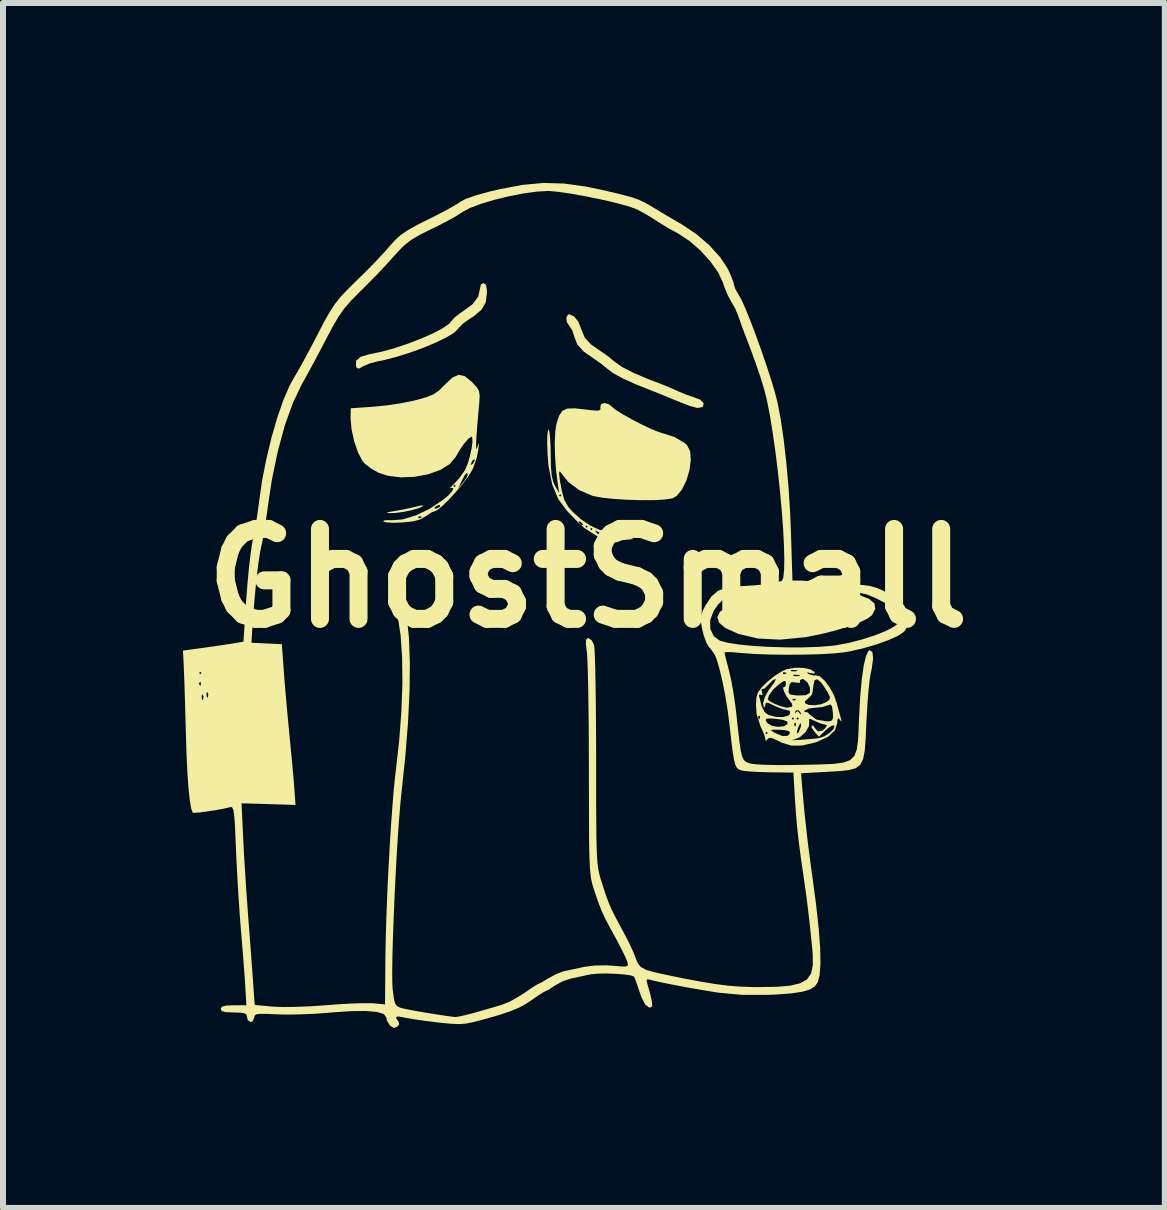
<source format=kicad_pcb>
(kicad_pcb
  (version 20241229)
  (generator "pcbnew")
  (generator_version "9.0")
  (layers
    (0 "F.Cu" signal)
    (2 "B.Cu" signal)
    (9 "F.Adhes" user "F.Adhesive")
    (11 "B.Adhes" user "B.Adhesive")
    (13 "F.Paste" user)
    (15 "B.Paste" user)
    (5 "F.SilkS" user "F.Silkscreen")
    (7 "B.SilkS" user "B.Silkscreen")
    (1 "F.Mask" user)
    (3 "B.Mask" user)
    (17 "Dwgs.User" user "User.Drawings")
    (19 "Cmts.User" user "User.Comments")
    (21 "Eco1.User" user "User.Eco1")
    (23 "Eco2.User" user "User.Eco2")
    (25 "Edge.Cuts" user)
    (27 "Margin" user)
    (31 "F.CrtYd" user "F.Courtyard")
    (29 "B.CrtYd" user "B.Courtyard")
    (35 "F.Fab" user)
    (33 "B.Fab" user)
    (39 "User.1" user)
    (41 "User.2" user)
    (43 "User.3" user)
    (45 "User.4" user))
  (footprint "GhostSmall"
    (layer "F.Cu")
    (at 6.749 6.59)
    (property "Reference" "GhostSmall" (at 0 0 0) (layer "F.SilkS") (effects (font (size 1.5 1.5) (thickness 0.3))))
    (attr board_only exclude_from_pos_files exclude_from_bom)
    (fp_poly (pts (xy -2.739 -1.211) (xy -2.743 -1.204) (xy -2.815 -1.169) (xy -2.937 -1.134) (xy -3.081 -1.104) (xy -3.218 -1.087) (xy -3.288 -1.085) (xy -3.349 -1.09) (xy -3.339 -1.099) (xy -3.255 -1.114) (xy -3.22 -1.12) (xy -3.063 -1.148) (xy -2.909 -1.182) (xy -2.863 -1.193) (xy -2.776 -1.213)) (stroke (width 0) (type solid)) (fill yes) (layer "F.SilkS"))
    (fp_poly (pts (xy -1.7 -4.896) (xy -1.682 -4.813) (xy -1.681 -4.75) (xy -1.701 -4.599) (xy -1.77 -4.478) (xy -1.899 -4.368) (xy -1.971 -4.323) (xy -2.074 -4.25) (xy -2.148 -4.177) (xy -2.161 -4.159) (xy -2.227 -4.093) (xy -2.356 -4.015) (xy -2.533 -3.929) (xy -2.743 -3.841) (xy -2.97 -3.759) (xy -3.199 -3.687) (xy -3.416 -3.632) (xy -3.5 -3.616) (xy -3.628 -3.583) (xy -3.736 -3.538) (xy -3.75 -3.53) (xy -3.817 -3.493) (xy -3.851 -3.508) (xy -3.864 -3.536) (xy -3.863 -3.624) (xy -3.787 -3.691) (xy -3.642 -3.734) (xy -3.629 -3.736) (xy -3.433 -3.777) (xy -3.214 -3.838) (xy -2.987 -3.914) (xy -2.768 -3.999) (xy -2.572 -4.086) (xy -2.414 -4.17) (xy -2.31 -4.243) (xy -2.281 -4.279) (xy -2.222 -4.345) (xy -2.125 -4.421) (xy -2.091 -4.443) (xy -1.921 -4.567) (xy -1.826 -4.694) (xy -1.801 -4.81) (xy -1.781 -4.898) (xy -1.74 -4.92)) (stroke (width 0) (type solid)) (fill yes) (layer "F.SilkS"))
    (fp_poly (pts (xy -0.226 -4.364) (xy -0.153 -4.27) (xy -0.104 -4.141) (xy -0.102 -4.135) (xy -0.05 -4.011) (xy 0.057 -3.895) (xy 0.22 -3.782) (xy 0.337 -3.701) (xy 0.448 -3.61) (xy 0.571 -3.522) (xy 0.766 -3.422) (xy 1.024 -3.313) (xy 1.18 -3.254) (xy 1.327 -3.196) (xy 1.479 -3.13) (xy 1.5 -3.12) (xy 1.627 -3.066) (xy 1.745 -3.025) (xy 1.768 -3.018) (xy 1.877 -2.975) (xy 1.932 -2.919) (xy 1.923 -2.863) (xy 1.91 -2.852) (xy 1.828 -2.838) (xy 1.7 -2.873) (xy 1.557 -2.928) (xy 1.417 -2.985) (xy 1.4 -2.992) (xy 1.272 -3.045) (xy 1.123 -3.105) (xy 1.08 -3.121) (xy 0.792 -3.237) (xy 0.575 -3.335) (xy 0.421 -3.42) (xy 0.328 -3.49) (xy 0.215 -3.582) (xy 0.1 -3.662) (xy -0.07 -3.781) (xy -0.174 -3.897) (xy -0.223 -4.023) (xy -0.224 -4.025) (xy -0.257 -4.13) (xy -0.303 -4.202) (xy -0.304 -4.203) (xy -0.349 -4.27) (xy -0.357 -4.345) (xy -0.329 -4.394) (xy -0.306 -4.4)) (stroke (width 0) (type solid)) (fill yes) (layer "F.SilkS"))
    (fp_poly (pts (xy 0.352 -2.9) (xy 0.399 -2.862) (xy 0.465 -2.808) (xy 0.584 -2.733) (xy 0.736 -2.648) (xy 0.9 -2.563) (xy 1.056 -2.489) (xy 1.184 -2.437) (xy 1.24 -2.42) (xy 1.444 -2.355) (xy 1.611 -2.258) (xy 1.656 -2.218) (xy 1.707 -2.116) (xy 1.718 -1.97) (xy 1.696 -1.801) (xy 1.645 -1.63) (xy 1.572 -1.48) (xy 1.483 -1.372) (xy 1.411 -1.331) (xy 1.288 -1.312) (xy 1.107 -1.302) (xy 0.89 -1.301) (xy 0.659 -1.308) (xy 0.434 -1.322) (xy 0.239 -1.343) (xy 0.094 -1.37) (xy 0.076 -1.375) (xy -0.141 -1.468) (xy -0.32 -1.6) (xy -0.433 -1.74) (xy -0.466 -1.784) (xy -0.478 -1.756) (xy -0.468 -1.653) (xy -0.436 -1.476) (xy -0.434 -1.464) (xy -0.39 -1.303) (xy -0.321 -1.183) (xy -0.238 -1.093) (xy -0.099 -0.972) (xy 0.04 -0.879) (xy 0.196 -0.806) (xy 0.39 -0.744) (xy 0.638 -0.686) (xy 0.74 -0.665) (xy 0.758 -0.654) (xy 0.706 -0.646) (xy 0.673 -0.645) (xy 0.574 -0.634) (xy 0.517 -0.613) (xy 0.513 -0.608) (xy 0.471 -0.598) (xy 0.383 -0.613) (xy 0.36 -0.62) (xy 0.139 -0.712) (xy 0.009 -0.795) (xy 0.126 -0.795) (xy 0.133 -0.774) (xy 0.153 -0.749) (xy 0.262 -0.679) (xy 0.438 -0.65) (xy 0.46 -0.65) (xy 0.479 -0.657) (xy 0.431 -0.678) (xy 0.4 -0.687) (xy 0.281 -0.727) (xy 0.184 -0.768) (xy 0.18 -0.77) (xy 0.126 -0.795) (xy 0.009 -0.795) (xy -0.03 -0.82) (xy 0.04 -0.82) (xy 0.06 -0.8) (xy 0.08 -0.82) (xy 0.06 -0.84) (xy 0.04 -0.82) (xy -0.03 -0.82) (xy -0.058 -0.838) (xy -0.083 -0.86) (xy -0.04 -0.86) (xy -0.02 -0.84) (xy 0 -0.86) (xy -0.02 -0.88) (xy -0.04 -0.86) (xy -0.083 -0.86) (xy -0.15 -0.92) (xy -0.178 -0.949) (xy -0.154 -0.949) (xy -0.144 -0.926) (xy -0.104 -0.883) (xy -0.08 -0.892) (xy -0.08 -0.898) (xy -0.108 -0.931) (xy -0.126 -0.944) (xy -0.154 -0.949) (xy -0.178 -0.949) (xy -0.25 -1.024) (xy -0.345 -1.122) (xy -0.492 -1.32) (xy -0.517 -1.38) (xy -0.48 -1.38) (xy -0.46 -1.36) (xy -0.44 -1.38) (xy -0.46 -1.4) (xy -0.48 -1.38) (xy -0.517 -1.38) (xy -0.594 -1.567) (xy -0.654 -1.872) (xy -0.67 -2.07) (xy -0.676 -2.24) (xy -0.674 -2.376) (xy -0.665 -2.46) (xy -0.655 -2.48) (xy -0.64 -2.442) (xy -0.628 -2.342) (xy -0.62 -2.195) (xy -0.618 -2.07) (xy -0.614 -1.859) (xy -0.601 -1.711) (xy -0.576 -1.607) (xy -0.546 -1.54) (xy -0.476 -1.42) (xy -0.496 -1.546) (xy -0.527 -1.784) (xy -0.545 -2.028) (xy -0.55 -2.257) (xy -0.541 -2.45) (xy -0.521 -2.578) (xy -0.477 -2.71) (xy -0.424 -2.791) (xy -0.343 -2.828) (xy -0.218 -2.832) (xy -0.064 -2.816) (xy 0.085 -2.798) (xy 0.171 -2.794) (xy 0.208 -2.806) (xy 0.212 -2.835) (xy 0.209 -2.849) (xy 0.222 -2.903) (xy 0.279 -2.921)) (stroke (width 0) (type solid)) (fill yes) (layer "F.SilkS"))
    (fp_poly (pts (xy -2.051 -3.369) (xy -1.937 -3.277) (xy -1.922 -3.262) (xy -1.852 -3.186) (xy -1.814 -3.123) (xy -1.802 -3.045) (xy -1.808 -2.928) (xy -1.815 -2.852) (xy -1.839 -2.582) (xy -1.855 -2.373) (xy -1.862 -2.23) (xy -1.86 -2.158) (xy -1.849 -2.159) (xy -1.842 -2.18) (xy -1.822 -2.246) (xy -1.816 -2.244) (xy -1.821 -2.168) (xy -1.824 -2.14) (xy -1.852 -2.004) (xy -1.905 -1.852) (xy -1.929 -1.798) (xy -1.992 -1.697) (xy -2.086 -1.572) (xy -2.199 -1.438) (xy -2.315 -1.311) (xy -2.422 -1.206) (xy -2.505 -1.138) (xy -2.545 -1.12) (xy -2.604 -1.097) (xy -2.689 -1.041) (xy -2.699 -1.034) (xy -2.792 -0.98) (xy -2.921 -0.947) (xy -3.099 -0.929) (xy -3.243 -0.924) (xy -3.354 -0.93) (xy -3.409 -0.944) (xy -3.411 -0.946) (xy -3.391 -0.965) (xy -3.313 -0.969) (xy -3.274 -0.966) (xy -3.086 -0.98) (xy -2.932 -1.027) (xy -2.827 -1.027) (xy -2.821 -1.003) (xy -2.8 -1) (xy -2.767 -1.015) (xy -2.773 -1.027) (xy -2.821 -1.031) (xy -2.827 -1.027) (xy -2.932 -1.027) (xy -2.866 -1.047) (xy -2.635 -1.158) (xy -2.599 -1.183) (xy -2.554 -1.183) (xy -2.545 -1.162) (xy -2.522 -1.16) (xy -2.468 -1.189) (xy -2.46 -1.2) (xy -2.467 -1.222) (xy -2.498 -1.215) (xy -2.554 -1.183) (xy -2.599 -1.183) (xy -2.414 -1.306) (xy -2.33 -1.375) (xy -2.266 -1.444) (xy -2.241 -1.494) (xy -2.248 -1.5) (xy -2.159 -1.5) (xy -2.08 -1.594) (xy -2.023 -1.672) (xy -2 -1.724) (xy -2.013 -1.759) (xy -2.049 -1.72) (xy -2.097 -1.63) (xy -2.159 -1.5) (xy -2.248 -1.5) (xy -2.261 -1.51) (xy -2.29 -1.499) (xy -2.297 -1.505) (xy -2.263 -1.54) (xy -2.24 -1.54) (xy -2.22 -1.52) (xy -2.2 -1.54) (xy -2.22 -1.56) (xy -2.24 -1.54) (xy -2.263 -1.54) (xy -2.253 -1.55) (xy -2.234 -1.567) (xy -2.143 -1.666) (xy -2.057 -1.788) (xy -2.045 -1.808) (xy -2.013 -1.885) (xy -1.95 -1.885) (xy -1.92 -1.904) (xy -1.915 -1.909) (xy -1.883 -1.962) (xy -1.888 -1.981) (xy -1.917 -1.969) (xy -1.937 -1.932) (xy -1.95 -1.885) (xy -2.013 -1.885) (xy -2.002 -1.908) (xy -1.965 -2.034) (xy -1.936 -2.164) (xy -1.922 -2.275) (xy -1.926 -2.346) (xy -1.939 -2.36) (xy -1.987 -2.329) (xy -2.057 -2.249) (xy -2.132 -2.142) (xy -2.197 -2.029) (xy -2.2 -2.024) (xy -2.3 -1.903) (xy -2.459 -1.805) (xy -2.661 -1.733) (xy -2.886 -1.691) (xy -3.118 -1.681) (xy -3.337 -1.709) (xy -3.488 -1.758) (xy -3.615 -1.83) (xy -3.722 -1.915) (xy -3.754 -1.952) (xy -3.829 -2.094) (xy -3.894 -2.282) (xy -3.938 -2.483) (xy -3.954 -2.662) (xy -3.954 -2.667) (xy -3.951 -2.833) (xy -3.565 -2.86) (xy -3.347 -2.882) (xy -3.113 -2.917) (xy -2.904 -2.959) (xy -2.86 -2.97) (xy -2.69 -3.018) (xy -2.572 -3.066) (xy -2.481 -3.128) (xy -2.391 -3.218) (xy -2.383 -3.226) (xy -2.258 -3.344) (xy -2.153 -3.391)) (stroke (width 0) (type solid)) (fill yes) (layer "F.SilkS"))
    (fp_poly (pts (xy 3.594 1.495) (xy 3.712 1.52) (xy 3.782 1.564) (xy 3.784 1.566) (xy 3.777 1.591) (xy 3.715 1.582) (xy 3.656 1.569) (xy 3.666 1.586) (xy 3.68 1.596) (xy 3.764 1.623) (xy 3.803 1.619) (xy 3.87 1.636) (xy 3.952 1.71) (xy 4.036 1.824) (xy 4.108 1.959) (xy 4.152 2.085) (xy 4.185 2.213) (xy 4.215 2.317) (xy 4.223 2.345) (xy 4.235 2.393) (xy 4.213 2.372) (xy 4.204 2.36) (xy 4.173 2.331) (xy 4.162 2.368) (xy 4.161 2.408) (xy 4.121 2.536) (xy 4.007 2.644) (xy 3.822 2.729) (xy 3.784 2.741) (xy 3.571 2.79) (xy 3.398 2.791) (xy 3.24 2.745) (xy 3.184 2.717) (xy 3.147 2.699) (xy 3.396 2.699) (xy 3.432 2.701) (xy 3.52 2.696) (xy 3.668 2.685) (xy 3.801 2.673) (xy 3.854 2.666) (xy 3.945 2.636) (xy 4.032 2.58) (xy 4.096 2.517) (xy 4.114 2.465) (xy 4.107 2.454) (xy 4.064 2.461) (xy 3.99 2.512) (xy 3.967 2.534) (xy 3.854 2.642) (xy 3.781 2.561) (xy 3.735 2.493) (xy 3.733 2.454) (xy 3.765 2.462) (xy 3.783 2.494) (xy 3.836 2.553) (xy 3.911 2.543) (xy 3.96 2.5) (xy 3.989 2.452) (xy 3.957 2.44) (xy 3.955 2.44) (xy 3.882 2.422) (xy 3.786 2.38) (xy 3.71 2.345) (xy 3.687 2.352) (xy 3.693 2.375) (xy 3.689 2.465) (xy 3.632 2.564) (xy 3.542 2.647) (xy 3.437 2.692) (xy 3.432 2.692) (xy 3.396 2.699) (xy 3.147 2.699) (xy 3.081 2.668) (xy 3.023 2.662) (xy 2.995 2.687) (xy 2.967 2.717) (xy 2.961 2.679) (xy 2.942 2.607) (xy 2.93 2.58) (xy 2.96 2.58) (xy 2.98 2.6) (xy 3 2.58) (xy 2.98 2.56) (xy 2.96 2.58) (xy 2.93 2.58) (xy 2.909 2.531) (xy 3.056 2.531) (xy 3.077 2.553) (xy 3.12 2.579) (xy 3.244 2.631) (xy 3.333 2.628) (xy 3.37 2.589) (xy 3.486 2.589) (xy 3.509 2.576) (xy 3.52 2.56) (xy 3.553 2.475) (xy 3.557 2.44) (xy 3.545 2.416) (xy 3.52 2.46) (xy 3.49 2.545) (xy 3.486 2.589) (xy 3.37 2.589) (xy 3.372 2.587) (xy 3.361 2.552) (xy 3.287 2.533) (xy 3.206 2.527) (xy 3.096 2.524) (xy 3.056 2.531) (xy 2.909 2.531) (xy 2.897 2.503) (xy 2.881 2.471) (xy 2.85 2.375) (xy 2.968 2.375) (xy 2.999 2.419) (xy 3.071 2.462) (xy 3.172 2.478) (xy 3.27 2.469) (xy 3.316 2.44) (xy 3.44 2.44) (xy 3.455 2.473) (xy 3.467 2.467) (xy 3.471 2.419) (xy 3.467 2.413) (xy 3.443 2.419) (xy 3.44 2.44) (xy 3.316 2.44) (xy 3.329 2.431) (xy 3.333 2.425) (xy 3.323 2.387) (xy 3.251 2.361) (xy 3.167 2.348) (xy 3.069 2.34) (xy 3.4 2.34) (xy 3.42 2.36) (xy 3.44 2.34) (xy 3.48 2.34) (xy 3.5 2.36) (xy 3.52 2.34) (xy 3.5 2.32) (xy 3.48 2.34) (xy 3.44 2.34) (xy 3.42 2.32) (xy 3.4 2.34) (xy 3.069 2.34) (xy 3.036 2.337) (xy 2.973 2.344) (xy 2.968 2.375) (xy 2.85 2.375) (xy 2.832 2.32) (xy 2.84 2.32) (xy 2.855 2.353) (xy 2.867 2.347) (xy 2.871 2.299) (xy 2.867 2.293) (xy 2.843 2.299) (xy 2.84 2.32) (xy 2.832 2.32) (xy 2.815 2.264) (xy 2.805 2.111) (xy 2.812 1.989) (xy 2.826 1.944) (xy 2.855 1.944) (xy 2.857 1.968) (xy 2.877 2.044) (xy 2.898 2.132) (xy 2.947 2.229) (xy 3.011 2.279) (xy 3.136 2.312) (xy 3.257 2.315) (xy 3.346 2.29) (xy 3.374 2.26) (xy 3.372 2.238) (xy 3.454 2.238) (xy 3.457 2.257) (xy 3.468 2.236) (xy 3.5 2.216) (xy 3.528 2.245) (xy 3.556 2.278) (xy 3.552 2.247) (xy 3.545 2.238) (xy 3.607 2.238) (xy 3.62 2.23) (xy 3.664 2.235) (xy 3.707 2.278) (xy 3.81 2.356) (xy 3.975 2.386) (xy 4.02 2.386) (xy 4.072 2.373) (xy 4.09 2.323) (xy 4.086 2.233) (xy 4.072 2.137) (xy 4.047 2.105) (xy 3.999 2.121) (xy 3.908 2.148) (xy 3.79 2.16) (xy 3.785 2.16) (xy 3.683 2.173) (xy 3.619 2.205) (xy 3.616 2.21) (xy 3.607 2.238) (xy 3.545 2.238) (xy 3.515 2.199) (xy 3.47 2.206) (xy 3.454 2.238) (xy 3.372 2.238) (xy 3.368 2.21) (xy 3.327 2.2) (xy 3.248 2.182) (xy 3.138 2.139) (xy 3.108 2.124) (xy 3.014 2.08) (xy 2.971 2.075) (xy 2.96 2.107) (xy 2.96 2.111) (xy 2.948 2.152) (xy 2.935 2.149) (xy 2.923 2.085) (xy 2.942 2.019) (xy 3 2.019) (xy 3.033 2.051) (xy 3.114 2.093) (xy 3.213 2.132) (xy 3.3 2.156) (xy 3.323 2.158) (xy 3.394 2.146) (xy 3.411 2.136) (xy 3.405 2.093) (xy 3.397 2.082) (xy 3.621 2.082) (xy 3.68 2.112) (xy 3.782 2.118) (xy 3.894 2.101) (xy 3.982 2.063) (xy 3.982 2.063) (xy 4.031 2.022) (xy 4.038 1.981) (xy 4.004 1.91) (xy 3.983 1.873) (xy 3.896 1.743) (xy 3.827 1.685) (xy 3.781 1.7) (xy 3.761 1.788) (xy 3.76 1.819) (xy 3.74 1.937) (xy 3.679 2.001) (xy 3.625 2.048) (xy 3.621 2.082) (xy 3.397 2.082) (xy 3.361 2.032) (xy 3.347 2.013) (xy 3.413 2.013) (xy 3.419 2.037) (xy 3.44 2.04) (xy 3.473 2.025) (xy 3.467 2.013) (xy 3.419 2.009) (xy 3.413 2.013) (xy 3.347 2.013) (xy 3.312 1.966) (xy 3.28 1.902) (xy 3.348 1.902) (xy 3.373 1.938) (xy 3.45 1.951) (xy 3.509 1.955) (xy 3.635 1.95) (xy 3.697 1.917) (xy 3.704 1.905) (xy 3.704 1.821) (xy 3.662 1.735) (xy 3.597 1.684) (xy 3.576 1.68) (xy 3.536 1.7) (xy 3.541 1.722) (xy 3.532 1.747) (xy 3.468 1.739) (xy 3.397 1.732) (xy 3.364 1.775) (xy 3.353 1.83) (xy 3.348 1.902) (xy 3.28 1.902) (xy 3.274 1.891) (xy 3.256 1.832) (xy 3.267 1.813) (xy 3.275 1.817) (xy 3.298 1.799) (xy 3.303 1.76) (xy 3.298 1.714) (xy 3.27 1.714) (xy 3.199 1.761) (xy 3.191 1.766) (xy 3.091 1.856) (xy 3.021 1.953) (xy 3 2.019) (xy 2.942 2.019) (xy 2.952 1.983) (xy 3.016 1.867) (xy 3.064 1.803) (xy 3.119 1.727) (xy 3.133 1.684) (xy 3.126 1.68) (xy 3.075 1.709) (xy 3.009 1.778) (xy 3.008 1.779) (xy 2.947 1.839) (xy 2.905 1.851) (xy 2.903 1.85) (xy 2.893 1.857) (xy 2.905 1.898) (xy 2.915 1.95) (xy 2.887 1.944) (xy 2.855 1.944) (xy 2.826 1.944) (xy 2.838 1.903) (xy 2.896 1.823) (xy 2.99 1.73) (xy 3.115 1.629) (xy 3.116 1.628) (xy 3.425 1.628) (xy 3.48 1.634) (xy 3.537 1.627) (xy 3.53 1.614) (xy 3.448 1.608) (xy 3.43 1.614) (xy 3.425 1.628) (xy 3.116 1.628) (xy 3.204 1.573) (xy 3.253 1.573) (xy 3.259 1.597) (xy 3.28 1.6) (xy 3.313 1.585) (xy 3.307 1.573) (xy 3.259 1.569) (xy 3.253 1.573) (xy 3.204 1.573) (xy 3.244 1.548) (xy 3.385 1.548) (xy 3.44 1.554) (xy 3.497 1.547) (xy 3.49 1.534) (xy 3.408 1.528) (xy 3.39 1.534) (xy 3.385 1.548) (xy 3.244 1.548) (xy 3.245 1.548) (xy 3.322 1.515) (xy 3.454 1.493)) (stroke (width 0) (type solid)) (fill yes) (layer "F.SilkS"))
    (fp_poly (pts (xy -0.395 -6.58) (xy -0.028 -6.529) (xy 0.2 -6.482) (xy 0.44 -6.427) (xy 0.618 -6.383) (xy 0.75 -6.346) (xy 0.853 -6.309) (xy 0.943 -6.267) (xy 1.037 -6.214) (xy 1.1 -6.176) (xy 1.271 -6.073) (xy 1.46 -5.961) (xy 1.58 -5.892) (xy 1.811 -5.737) (xy 2.027 -5.551) (xy 2.208 -5.352) (xy 2.335 -5.159) (xy 2.344 -5.14) (xy 2.397 -5.019) (xy 2.432 -4.923) (xy 2.44 -4.886) (xy 2.462 -4.818) (xy 2.515 -4.727) (xy 2.518 -4.722) (xy 2.568 -4.633) (xy 2.635 -4.481) (xy 2.715 -4.283) (xy 2.802 -4.053) (xy 2.891 -3.806) (xy 2.977 -3.556) (xy 3.054 -3.319) (xy 3.118 -3.108) (xy 3.162 -2.94) (xy 3.162 -2.94) (xy 3.216 -2.66) (xy 3.266 -2.318) (xy 3.31 -1.932) (xy 3.347 -1.521) (xy 3.374 -1.102) (xy 3.387 -0.79) (xy 3.413 0.04) (xy 3.566 0.04) (xy 3.664 0.047) (xy 3.717 0.064) (xy 3.72 0.07) (xy 3.757 0.082) (xy 3.86 0.092) (xy 4.011 0.099) (xy 4.197 0.102) (xy 4.21 0.102) (xy 4.425 0.105) (xy 4.581 0.113) (xy 4.698 0.128) (xy 4.797 0.155) (xy 4.899 0.196) (xy 4.924 0.207) (xy 5.13 0.325) (xy 5.274 0.458) (xy 5.352 0.597) (xy 5.36 0.736) (xy 5.294 0.867) (xy 5.269 0.895) (xy 5.173 0.96) (xy 5.017 1.031) (xy 4.82 1.102) (xy 4.602 1.166) (xy 4.382 1.217) (xy 4.259 1.238) (xy 4.085 1.255) (xy 3.853 1.268) (xy 3.584 1.274) (xy 3.3 1.276) (xy 3.021 1.272) (xy 2.769 1.263) (xy 2.565 1.247) (xy 2.55 1.246) (xy 2.415 1.234) (xy 2.318 1.231) (xy 2.28 1.238) (xy 2.28 1.239) (xy 2.29 1.286) (xy 2.315 1.389) (xy 2.352 1.526) (xy 2.355 1.541) (xy 2.392 1.701) (xy 2.429 1.909) (xy 2.462 2.135) (xy 2.479 2.28) (xy 2.508 2.545) (xy 2.531 2.742) (xy 2.552 2.881) (xy 2.575 2.973) (xy 2.603 3.031) (xy 2.639 3.063) (xy 2.685 3.082) (xy 2.721 3.092) (xy 2.805 3.103) (xy 2.954 3.111) (xy 3.151 3.115) (xy 3.38 3.115) (xy 3.592 3.111) (xy 3.882 3.105) (xy 4.103 3.095) (xy 4.263 3.074) (xy 4.374 3.033) (xy 4.444 2.964) (xy 4.485 2.857) (xy 4.506 2.705) (xy 4.517 2.498) (xy 4.524 2.31) (xy 4.543 1.967) (xy 4.569 1.681) (xy 4.601 1.457) (xy 4.638 1.3) (xy 4.679 1.215) (xy 4.705 1.2) (xy 4.747 1.236) (xy 4.757 1.339) (xy 4.736 1.503) (xy 4.715 1.6) (xy 4.699 1.703) (xy 4.681 1.868) (xy 4.665 2.073) (xy 4.651 2.302) (xy 4.645 2.41) (xy 4.633 2.678) (xy 4.618 2.877) (xy 4.591 3.017) (xy 4.543 3.111) (xy 4.467 3.168) (xy 4.354 3.199) (xy 4.195 3.216) (xy 4.007 3.227) (xy 3.556 3.252) (xy 3.579 3.536) (xy 3.616 3.929) (xy 3.664 4.366) (xy 3.722 4.812) (xy 3.74 4.94) (xy 3.805 5.425) (xy 3.85 5.834) (xy 3.875 6.169) (xy 3.88 6.432) (xy 3.865 6.623) (xy 3.834 6.738) (xy 3.786 6.805) (xy 3.705 6.857) (xy 3.58 6.894) (xy 3.401 6.921) (xy 3.158 6.94) (xy 3.02 6.946) (xy 2.581 6.947) (xy 2.181 6.91) (xy 2.14 6.904) (xy 1.892 6.863) (xy 1.643 6.82) (xy 1.413 6.776) (xy 1.219 6.737) (xy 1.08 6.705) (xy 1.052 6.697) (xy 0.995 6.686) (xy 0.98 6.711) (xy 1.001 6.792) (xy 1.006 6.806) (xy 1.043 6.936) (xy 1.069 7.054) (xy 1.076 7.134) (xy 1.046 7.157) (xy 1.017 7.154) (xy 0.956 7.105) (xy 0.894 6.981) (xy 0.865 6.9) (xy 0.822 6.772) (xy 0.788 6.679) (xy 0.772 6.642) (xy 0.718 6.622) (xy 0.607 6.606) (xy 0.462 6.595) (xy 0.305 6.59) (xy 0.16 6.593) (xy 0.049 6.604) (xy 0.04 6.606) (xy -0.109 6.638) (xy -0.255 6.669) (xy -0.285 6.676) (xy -0.423 6.723) (xy -0.551 6.793) (xy -0.551 6.794) (xy -0.636 6.85) (xy -0.691 6.879) (xy -0.696 6.88) (xy -0.739 6.902) (xy -0.825 6.957) (xy -0.91 7.016) (xy -1.029 7.096) (xy -1.151 7.162) (xy -1.295 7.221) (xy -1.477 7.282) (xy -1.717 7.351) (xy -1.755 7.361) (xy -1.908 7.401) (xy -2.028 7.425) (xy -2.141 7.434) (xy -2.273 7.429) (xy -2.449 7.412) (xy -2.528 7.403) (xy -2.719 7.379) (xy -2.892 7.354) (xy -3.025 7.332) (xy -3.083 7.319) (xy -3.174 7.305) (xy -3.198 7.33) (xy -3.158 7.386) (xy -3.143 7.439) (xy -3.174 7.475) (xy -3.233 7.5) (xy -3.296 7.459) (xy -3.348 7.376) (xy -3.36 7.322) (xy -3.398 7.267) (xy -3.512 7.232) (xy -3.698 7.215) (xy -3.954 7.218) (xy -4.278 7.241) (xy -4.298 7.243) (xy -4.538 7.261) (xy -4.793 7.272) (xy -5.03 7.275) (xy -5.183 7.271) (xy -5.358 7.263) (xy -5.469 7.263) (xy -5.53 7.272) (xy -5.555 7.294) (xy -5.56 7.326) (xy -5.587 7.387) (xy -5.62 7.4) (xy -5.669 7.367) (xy -5.68 7.32) (xy -5.69 7.274) (xy -5.731 7.25) (xy -5.823 7.241) (xy -5.9 7.24) (xy -6.033 7.235) (xy -6.101 7.216) (xy -6.12 7.18) (xy -6.1 7.143) (xy -6.029 7.125) (xy -5.905 7.12) (xy -5.691 7.12) (xy -5.708 6.83) (xy -5.717 6.687) (xy -5.732 6.487) (xy -5.75 6.251) (xy -5.771 6.001) (xy -5.781 5.88) (xy -5.803 5.596) (xy -5.825 5.267) (xy -5.845 4.927) (xy -5.861 4.611) (xy -5.865 4.509) (xy -5.876 4.253) (xy -5.885 4.067) (xy -5.896 3.94) (xy -5.909 3.863) (xy -5.926 3.824) (xy -5.947 3.814) (xy -5.956 3.816) (xy -6.07 3.842) (xy -6.21 3.868) (xy -6.354 3.89) (xy -6.479 3.906) (xy -6.563 3.912) (xy -6.585 3.909) (xy -6.611 3.842) (xy -6.626 3.753) (xy -5.772 3.753) (xy -5.745 4.326) (xy -5.733 4.566) (xy -5.715 4.857) (xy -5.695 5.171) (xy -5.673 5.481) (xy -5.66 5.66) (xy -5.639 5.928) (xy -5.619 6.195) (xy -5.601 6.442) (xy -5.586 6.646) (xy -5.577 6.767) (xy -5.553 7.114) (xy -5.256 7.142) (xy -5.1 7.149) (xy -4.889 7.147) (xy -4.646 7.138) (xy -4.398 7.122) (xy -4.365 7.119) (xy -4.137 7.102) (xy -3.92 7.09) (xy -3.736 7.085) (xy -3.603 7.086) (xy -3.575 7.087) (xy -3.38 7.106) (xy -3.373 6.263) (xy -3.367 5.971) (xy -3.357 5.636) (xy -3.343 5.272) (xy -3.325 4.893) (xy -3.304 4.516) (xy -3.282 4.153) (xy -3.258 3.821) (xy -3.235 3.534) (xy -3.212 3.306) (xy -3.204 3.24) (xy -3.145 2.721) (xy -3.107 2.223) (xy -3.09 1.756) (xy -3.095 1.329) (xy -3.12 0.954) (xy -3.167 0.641) (xy -3.196 0.52) (xy -3.247 0.324) (xy -3.272 0.194) (xy -3.273 0.119) (xy -3.25 0.087) (xy -3.215 0.087) (xy -3.164 0.136) (xy -3.108 0.262) (xy -3.072 0.38) (xy -3.016 0.654) (xy -2.98 1.001) (xy -2.966 1.413) (xy -2.971 1.885) (xy -2.997 2.413) (xy -3.043 2.989) (xy -3.102 3.54) (xy -3.123 3.749) (xy -3.145 4.01) (xy -3.166 4.31) (xy -3.186 4.639) (xy -3.205 4.983) (xy -3.222 5.332) (xy -3.236 5.673) (xy -3.248 5.995) (xy -3.256 6.285) (xy -3.26 6.532) (xy -3.259 6.724) (xy -3.253 6.849) (xy -3.252 6.857) (xy -3.233 7.004) (xy -3.212 7.09) (xy -3.178 7.136) (xy -3.123 7.161) (xy -3.1 7.168) (xy -3.015 7.187) (xy -2.874 7.214) (xy -2.703 7.243) (xy -2.523 7.272) (xy -2.36 7.297) (xy -2.237 7.313) (xy -2.206 7.316) (xy -2.143 7.307) (xy -2.028 7.281) (xy -1.883 7.243) (xy -1.866 7.238) (xy -1.699 7.19) (xy -1.54 7.144) (xy -1.425 7.11) (xy -1.308 7.062) (xy -1.164 6.983) (xy -1.053 6.912) (xy -0.941 6.835) (xy -0.855 6.78) (xy -0.817 6.76) (xy -0.775 6.741) (xy -0.691 6.692) (xy -0.649 6.666) (xy -0.526 6.6) (xy -0.405 6.554) (xy -0.38 6.549) (xy -0.268 6.525) (xy -0.123 6.494) (xy -0.06 6.48) (xy 0.106 6.458) (xy 0.305 6.454) (xy 0.414 6.46) (xy 0.557 6.473) (xy 0.637 6.473) (xy 0.668 6.457) (xy 0.667 6.421) (xy 0.659 6.393) (xy 0.627 6.315) (xy 0.567 6.192) (xy 0.49 6.044) (xy 0.466 6) (xy 0.363 5.812) (xy 0.289 5.671) (xy 0.234 5.551) (xy 0.186 5.431) (xy 0.135 5.285) (xy 0.113 5.22) (xy 0.091 5.151) (xy 0.072 5.085) (xy 0.057 5.015) (xy 0.046 4.933) (xy 0.036 4.829) (xy 0.03 4.696) (xy 0.025 4.526) (xy 0.022 4.311) (xy 0.021 4.042) (xy 0.02 3.712) (xy 0.019 3.312) (xy 0.019 3.2) (xy 0.018 2.825) (xy 0.016 2.467) (xy 0.012 2.136) (xy 0.008 1.841) (xy 0.002 1.592) (xy -0.004 1.398) (xy -0.011 1.269) (xy -0.015 1.23) (xy -0.031 1.099) (xy -0.029 1.029) (xy -0.007 1.002) (xy 0.011 1) (xy 0.065 1.034) (xy 0.105 1.11) (xy 0.112 1.172) (xy 0.119 1.306) (xy 0.125 1.502) (xy 0.13 1.751) (xy 0.134 2.047) (xy 0.137 2.378) (xy 0.139 2.738) (xy 0.14 3) (xy 0.14 3.424) (xy 0.14 3.776) (xy 0.142 4.064) (xy 0.144 4.296) (xy 0.148 4.481) (xy 0.154 4.627) (xy 0.162 4.741) (xy 0.173 4.831) (xy 0.187 4.907) (xy 0.204 4.976) (xy 0.225 5.045) (xy 0.236 5.08) (xy 0.294 5.259) (xy 0.344 5.397) (xy 0.396 5.52) (xy 0.463 5.653) (xy 0.554 5.823) (xy 0.585 5.88) (xy 0.669 6.04) (xy 0.743 6.194) (xy 0.793 6.314) (xy 0.799 6.333) (xy 0.835 6.422) (xy 0.888 6.484) (xy 0.973 6.53) (xy 1.11 6.569) (xy 1.22 6.594) (xy 1.576 6.668) (xy 1.871 6.724) (xy 2.119 6.765) (xy 2.338 6.793) (xy 2.541 6.809) (xy 2.746 6.816) (xy 2.84 6.817) (xy 3.142 6.812) (xy 3.374 6.793) (xy 3.542 6.754) (xy 3.656 6.688) (xy 3.723 6.591) (xy 3.752 6.456) (xy 3.751 6.277) (xy 3.744 6.188) (xy 3.699 5.749) (xy 3.65 5.337) (xy 3.605 5.02) (xy 3.556 4.683) (xy 3.519 4.4) (xy 3.491 4.15) (xy 3.47 3.907) (xy 3.455 3.69) (xy 3.429 3.24) (xy 3.044 3.236) (xy 2.865 3.231) (xy 2.707 3.223) (xy 2.594 3.211) (xy 2.561 3.204) (xy 2.519 3.189) (xy 2.486 3.161) (xy 2.46 3.11) (xy 2.438 3.024) (xy 2.416 2.893) (xy 2.393 2.706) (xy 2.364 2.451) (xy 2.361 2.42) (xy 2.33 2.186) (xy 2.29 1.944) (xy 2.244 1.712) (xy 2.195 1.508) (xy 2.149 1.351) (xy 2.117 1.275) (xy 2.057 1.188) (xy 2.018 1.144) (xy 1.976 1.071) (xy 1.933 0.951) (xy 1.91 0.86) (xy 1.886 0.726) (xy 1.886 0.698) (xy 2.041 0.698) (xy 2.043 0.846) (xy 2.103 0.969) (xy 2.202 1.041) (xy 2.331 1.076) (xy 2.523 1.106) (xy 2.762 1.129) (xy 3.031 1.145) (xy 3.314 1.153) (xy 3.595 1.153) (xy 3.856 1.144) (xy 4.082 1.126) (xy 4.139 1.118) (xy 4.354 1.078) (xy 4.577 1.02) (xy 4.789 0.952) (xy 4.972 0.879) (xy 5.105 0.809) (xy 5.151 0.773) (xy 5.212 0.705) (xy 5.218 0.655) (xy 5.175 0.585) (xy 5.172 0.58) (xy 5.088 0.5) (xy 4.956 0.413) (xy 4.803 0.332) (xy 4.655 0.271) (xy 4.539 0.244) (xy 4.524 0.243) (xy 4.42 0.247) (xy 4.522 0.278) (xy 4.689 0.344) (xy 4.779 0.42) (xy 4.794 0.51) (xy 4.74 0.616) (xy 4.663 0.674) (xy 4.523 0.74) (xy 4.335 0.809) (xy 4.114 0.876) (xy 3.876 0.935) (xy 3.637 0.982) (xy 3.621 0.984) (xy 3.208 1.024) (xy 2.836 1.005) (xy 2.51 0.928) (xy 2.29 0.828) (xy 2.19 0.741) (xy 2.16 0.647) (xy 2.204 0.56) (xy 2.26 0.52) (xy 2.36 0.444) (xy 2.421 0.373) (xy 2.459 0.307) (xy 2.449 0.283) (xy 2.411 0.281) (xy 2.292 0.323) (xy 2.171 0.441) (xy 2.1 0.544) (xy 2.041 0.698) (xy 1.886 0.698) (xy 1.886 0.633) (xy 1.917 0.543) (xy 1.961 0.457) (xy 2.061 0.305) (xy 2.161 0.22) (xy 4.28 0.22) (xy 4.3 0.24) (xy 4.32 0.22) (xy 4.3 0.2) (xy 4.28 0.22) (xy 2.161 0.22) (xy 2.174 0.209) (xy 2.322 0.156) (xy 2.519 0.135) (xy 2.777 0.119) (xy 2.991 0.098) (xy 3.147 0.072) (xy 3.236 0.043) (xy 3.237 0.042) (xy 3.261 -0.014) (xy 3.274 -0.14) (xy 3.277 -0.324) (xy 3.271 -0.558) (xy 3.257 -0.83) (xy 3.234 -1.13) (xy 3.205 -1.449) (xy 3.17 -1.777) (xy 3.13 -2.102) (xy 3.085 -2.416) (xy 3.038 -2.708) (xy 2.987 -2.968) (xy 2.981 -2.996) (xy 2.941 -3.15) (xy 2.879 -3.353) (xy 2.803 -3.577) (xy 2.723 -3.796) (xy 2.649 -3.991) (xy 2.583 -4.167) (xy 2.532 -4.307) (xy 2.502 -4.392) (xy 2.499 -4.4) (xy 2.454 -4.506) (xy 2.393 -4.609) (xy 2.337 -4.711) (xy 2.279 -4.851) (xy 2.255 -4.926) (xy 2.177 -5.094) (xy 2.046 -5.279) (xy 1.88 -5.462) (xy 1.696 -5.623) (xy 1.513 -5.743) (xy 1.503 -5.749) (xy 1.345 -5.835) (xy 1.18 -5.936) (xy 1.122 -5.974) (xy 0.983 -6.061) (xy 0.839 -6.139) (xy 0.78 -6.165) (xy 0.642 -6.211) (xy 0.447 -6.263) (xy 0.216 -6.316) (xy -0.03 -6.366) (xy -0.268 -6.409) (xy -0.478 -6.44) (xy -0.637 -6.456) (xy -0.66 -6.456) (xy -0.847 -6.446) (xy -1.072 -6.415) (xy -1.316 -6.367) (xy -1.559 -6.308) (xy -1.781 -6.241) (xy -1.965 -6.172) (xy -2.09 -6.105) (xy -2.096 -6.1) (xy -2.187 -6.041) (xy -2.329 -5.962) (xy -2.498 -5.874) (xy -2.613 -5.818) (xy -2.803 -5.724) (xy -2.943 -5.641) (xy -3.057 -5.553) (xy -3.168 -5.44) (xy -3.233 -5.367) (xy -3.366 -5.22) (xy -3.531 -5.045) (xy -3.702 -4.872) (xy -3.787 -4.788) (xy -3.94 -4.634) (xy -4.058 -4.498) (xy -4.159 -4.354) (xy -4.261 -4.178) (xy -4.34 -4.028) (xy -4.453 -3.813) (xy -4.575 -3.583) (xy -4.691 -3.37) (xy -4.764 -3.24) (xy -4.913 -2.93) (xy -5.049 -2.552) (xy -5.167 -2.119) (xy -5.266 -1.642) (xy -5.321 -1.28) (xy -5.352 -1.061) (xy -5.382 -0.859) (xy -5.41 -0.693) (xy -5.431 -0.581) (xy -5.437 -0.56) (xy -5.464 -0.427) (xy -5.494 -0.23) (xy -5.523 0.014) (xy -5.55 0.288) (xy -5.574 0.577) (xy -5.582 0.688) (xy -5.607 1.076) (xy -5.354 1.088) (xy -5.1 1.1) (xy -5.07 1.52) (xy -5.055 1.713) (xy -5.034 1.959) (xy -5.01 2.231) (xy -4.984 2.502) (xy -4.975 2.6) (xy -4.951 2.845) (xy -4.928 3.084) (xy -4.909 3.296) (xy -4.895 3.46) (xy -4.891 3.52) (xy -4.872 3.78) (xy -5.322 3.766) (xy -5.772 3.753) (xy -6.626 3.753) (xy -6.635 3.702) (xy -6.657 3.492) (xy -6.676 3.219) (xy -6.691 2.888) (xy -6.7 2.58) (xy -6.708 2.309) (xy -6.715 2.047) (xy -6.717 1.977) (xy -6.437 1.977) (xy -6.429 2.029) (xy -6.416 2.029) (xy -6.406 1.976) (xy -6.413 1.952) (xy -6.43 1.937) (xy -6.437 1.977) (xy -6.717 1.977) (xy -6.719 1.937) (xy -6.357 1.937) (xy -6.349 1.989) (xy -6.336 1.989) (xy -6.326 1.936) (xy -6.333 1.913) (xy -6.35 1.897) (xy -6.357 1.937) (xy -6.719 1.937) (xy -6.722 1.81) (xy -6.724 1.76) (xy -6.48 1.76) (xy -6.465 1.793) (xy -6.453 1.787) (xy -6.449 1.739) (xy -6.453 1.733) (xy -6.477 1.739) (xy -6.48 1.76) (xy -6.724 1.76) (xy -6.729 1.618) (xy -6.731 1.58) (xy -6.48 1.58) (xy -6.46 1.6) (xy -6.44 1.58) (xy -6.46 1.56) (xy -6.48 1.58) (xy -6.731 1.58) (xy -6.735 1.485) (xy -6.735 1.473) (xy -6.749 1.207) (xy -6.404 1.16) (xy -6.224 1.134) (xy -6.052 1.109) (xy -5.922 1.089) (xy -5.9 1.085) (xy -5.74 1.058) (xy -5.693 0.342) (xy -5.673 0.089) (xy -5.65 -0.158) (xy -5.625 -0.378) (xy -5.6 -0.552) (xy -5.584 -0.636) (xy -5.551 -0.802) (xy -5.516 -1.009) (xy -5.486 -1.221) (xy -5.479 -1.28) (xy -5.429 -1.63) (xy -5.358 -1.989) (xy -5.273 -2.343) (xy -5.177 -2.676) (xy -5.074 -2.971) (xy -4.97 -3.213) (xy -4.9 -3.339) (xy -4.835 -3.449) (xy -4.744 -3.611) (xy -4.64 -3.805) (xy -4.531 -4.012) (xy -4.501 -4.07) (xy -4.389 -4.286) (xy -4.296 -4.449) (xy -4.21 -4.579) (xy -4.116 -4.696) (xy -3.999 -4.819) (xy -3.865 -4.951) (xy -3.702 -5.111) (xy -3.539 -5.277) (xy -3.397 -5.429) (xy -3.308 -5.53) (xy -3.213 -5.636) (xy -3.116 -5.723) (xy -3 -5.803) (xy -2.846 -5.889) (xy -2.668 -5.978) (xy -2.486 -6.069) (xy -2.321 -6.157) (xy -2.193 -6.23) (xy -2.12 -6.278) (xy -2.031 -6.325) (xy -1.872 -6.381) (xy -1.653 -6.442) (xy -1.48 -6.483) (xy -1.092 -6.557) (xy -0.74 -6.59)) (stroke (width 0) (type solid)) (fill yes) (layer "F.SilkS")))
  (gr_rect
    (start -3 -3)
    (end 16.37 17.089)
    (stroke (width 0.1) (type default))
    (fill no)
    (layer "Edge.Cuts")))
</source>
